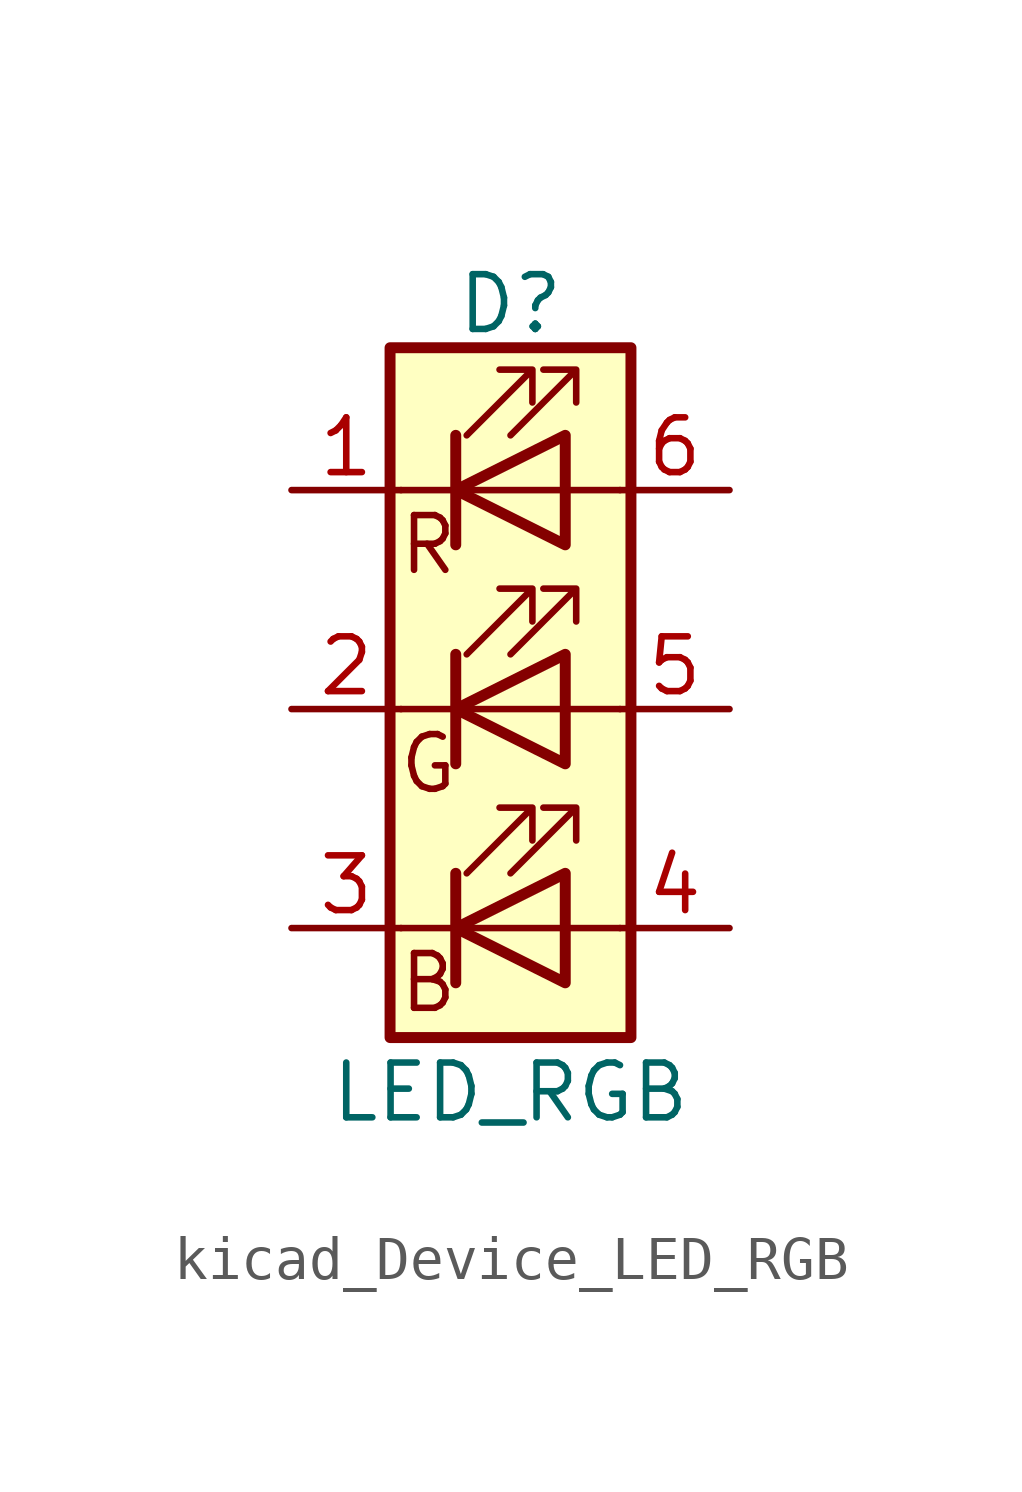
<source format=kicad_sym>
(kicad_symbol_lib
  (version 20220914)
  (generator kicad_symbol_editor)
  (symbol "kicad_Device_LED_RGB"
    (pin_names
      (offset 0) hide)
    (property "Reference" "D"
      (at 0 9.398 0)
      (effects (font (size 1.27 1.27))))
    (property "Value" "LED_RGB"
      (at 0 -8.89 0)
      (effects (font (size 1.27 1.27))))
    (symbol "kicad_Device_LED_RGB_0_0"
      (text "B" (at -1.905 -6.35 0) (effects (font (size 1.27 1.27))))
      (text "G" (at -1.905 -1.27 0) (effects (font (size 1.27 1.27))))
      (text "R" (at -1.905 3.81 0) (effects (font (size 1.27 1.27)))))
    (symbol "kicad_Device_LED_RGB_0_1"
      (polyline (pts (xy -1.27 -5.08) (xy -2.54 -5.08)) (stroke (width 0) (type default)) (fill (type none)))
      (polyline (pts (xy -1.27 -5.08) (xy 1.27 -5.08)) (stroke (width 0) (type default)) (fill (type none)))
      (polyline (pts (xy -1.27 -3.81) (xy -1.27 -6.35)) (stroke (width 0.254) (type default)) (fill (type none)))
      (polyline (pts (xy -1.27 0) (xy -2.54 0)) (stroke (width 0) (type default)) (fill (type none)))
      (polyline (pts (xy -1.27 1.27) (xy -1.27 -1.27)) (stroke (width 0.254) (type default)) (fill (type none)))
      (polyline (pts (xy -1.27 5.08) (xy -2.54 5.08)) (stroke (width 0) (type default)) (fill (type none)))
      (polyline (pts (xy -1.27 5.08) (xy 1.27 5.08)) (stroke (width 0) (type default)) (fill (type none)))
      (polyline (pts (xy -1.27 6.35) (xy -1.27 3.81)) (stroke (width 0.254) (type default)) (fill (type none)))
      (polyline (pts (xy 1.27 -5.08) (xy 2.54 -5.08)) (stroke (width 0) (type default)) (fill (type none)))
      (polyline (pts (xy 1.27 0) (xy -1.27 0)) (stroke (width 0) (type default)) (fill (type none)))
      (polyline (pts (xy 1.27 0) (xy 2.54 0)) (stroke (width 0) (type default)) (fill (type none)))
      (polyline (pts (xy 1.27 5.08) (xy 2.54 5.08)) (stroke (width 0) (type default)) (fill (type none)))
      (polyline (pts (xy -1.27 1.27) (xy -1.27 -1.27) (xy -1.27 -1.27)) (stroke (width 0) (type default)) (fill (type none)))
      (polyline (pts (xy -1.27 6.35) (xy -1.27 3.81) (xy -1.27 3.81)) (stroke (width 0) (type default)) (fill (type none)))
      (polyline (pts (xy 1.27 -3.81) (xy 1.27 -6.35) (xy -1.27 -5.08) (xy 1.27 -3.81)) (stroke (width 0.254) (type default)) (fill (type none)))
      (polyline (pts (xy 1.27 1.27) (xy 1.27 -1.27) (xy -1.27 0) (xy 1.27 1.27)) (stroke (width 0.254) (type default)) (fill (type none)))
      (polyline (pts (xy 1.27 6.35) (xy 1.27 3.81) (xy -1.27 5.08) (xy 1.27 6.35)) (stroke (width 0.254) (type default)) (fill (type none)))
      (polyline (pts (xy -1.016 -3.81) (xy 0.508 -2.286) (xy -0.254 -2.286) (xy 0.508 -2.286) (xy 0.508 -3.048)) (stroke (width 0) (type default)) (fill (type none)))
      (polyline (pts (xy -1.016 1.27) (xy 0.508 2.794) (xy -0.254 2.794) (xy 0.508 2.794) (xy 0.508 2.032)) (stroke (width 0) (type default)) (fill (type none)))
      (polyline (pts (xy -1.016 6.35) (xy 0.508 7.874) (xy -0.254 7.874) (xy 0.508 7.874) (xy 0.508 7.112)) (stroke (width 0) (type default)) (fill (type none)))
      (polyline (pts (xy 0 -3.81) (xy 1.524 -2.286) (xy 0.762 -2.286) (xy 1.524 -2.286) (xy 1.524 -3.048)) (stroke (width 0) (type default)) (fill (type none)))
      (polyline (pts (xy 0 1.27) (xy 1.524 2.794) (xy 0.762 2.794) (xy 1.524 2.794) (xy 1.524 2.032)) (stroke (width 0) (type default)) (fill (type none)))
      (polyline (pts (xy 0 6.35) (xy 1.524 7.874) (xy 0.762 7.874) (xy 1.524 7.874) (xy 1.524 7.112)) (stroke (width 0) (type default)) (fill (type none)))
      (rectangle (start 1.27 -1.27) (end 1.27 1.27) (stroke (width 0) (type default)) (fill (type none)))
      (rectangle (start 1.27 1.27) (end 1.27 1.27) (stroke (width 0) (type default)) (fill (type none)))
      (rectangle (start 1.27 3.81) (end 1.27 6.35) (stroke (width 0) (type default)) (fill (type none)))
      (rectangle (start 1.27 6.35) (end 1.27 6.35) (stroke (width 0) (type default)) (fill (type none)))
      (rectangle (start 2.794 8.382) (end -2.794 -7.62) (stroke (width 0.254) (type default)) (fill (type background))))
    (symbol "kicad_Device_LED_RGB_1_1"
      (pin passive line (at -5.08 5.08 0) (length 2.54) (name "RK" (effects (font (size 1.27 1.27)))) (number "1" (effects (font (size 1.27 1.27)))))
      (pin passive line (at -5.08 0 0) (length 2.54) (name "GK" (effects (font (size 1.27 1.27)))) (number "2" (effects (font (size 1.27 1.27)))))
      (pin passive line (at -5.08 -5.08 0) (length 2.54) (name "BK" (effects (font (size 1.27 1.27)))) (number "3" (effects (font (size 1.27 1.27)))))
      (pin passive line (at 5.08 -5.08 180) (length 2.54) (name "BA" (effects (font (size 1.27 1.27)))) (number "4" (effects (font (size 1.27 1.27)))))
      (pin passive line (at 5.08 0 180) (length 2.54) (name "GA" (effects (font (size 1.27 1.27)))) (number "5" (effects (font (size 1.27 1.27)))))
      (pin passive line (at 5.08 5.08 180) (length 2.54) (name "RA" (effects (font (size 1.27 1.27)))) (number "6" (effects (font (size 1.27 1.27))))))))
</source>
